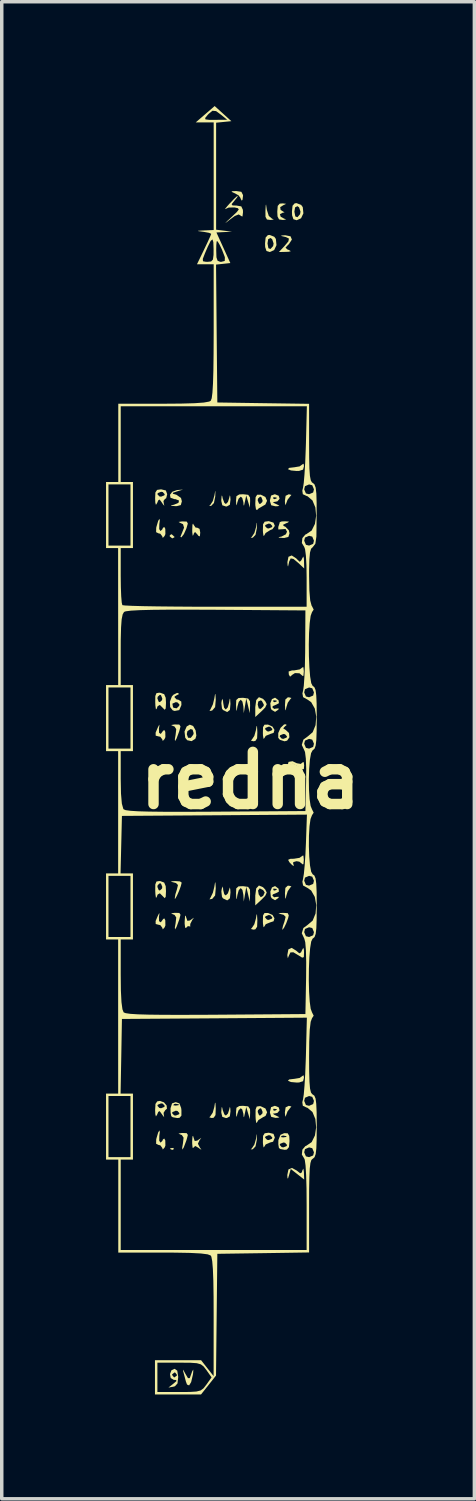
<source format=kicad_pcb>
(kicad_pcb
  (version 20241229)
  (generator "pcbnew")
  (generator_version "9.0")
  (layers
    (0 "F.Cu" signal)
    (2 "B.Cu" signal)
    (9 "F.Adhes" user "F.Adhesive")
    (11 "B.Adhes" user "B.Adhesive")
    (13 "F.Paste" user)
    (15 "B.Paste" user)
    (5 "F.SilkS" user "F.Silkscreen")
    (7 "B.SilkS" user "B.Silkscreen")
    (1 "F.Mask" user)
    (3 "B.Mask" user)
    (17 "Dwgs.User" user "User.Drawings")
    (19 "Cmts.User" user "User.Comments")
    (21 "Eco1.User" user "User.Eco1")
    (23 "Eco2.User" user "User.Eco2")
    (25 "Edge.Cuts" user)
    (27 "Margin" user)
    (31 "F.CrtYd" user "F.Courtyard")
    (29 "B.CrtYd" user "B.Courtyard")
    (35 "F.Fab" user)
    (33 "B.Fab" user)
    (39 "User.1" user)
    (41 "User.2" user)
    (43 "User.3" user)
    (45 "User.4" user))
  (footprint "redna"
    (layer "F.Cu")
    (at 4.151 19.397)
    (property "Reference" "redna" (at 0 0 0) (layer "F.SilkS") (effects (font (size 1.5 1.5) (thickness 0.3))))
    (attr board_only exclude_from_pos_files exclude_from_bom)
    (fp_poly (pts (xy -2.205 10.577) (xy -2.214 10.619) (xy -2.252 10.624) (xy -2.309 10.599) (xy -2.298 10.577) (xy -2.215 10.569)) (stroke (width 0) (type solid)) (fill yes) (layer "F.SilkS"))
    (fp_poly (pts (xy -2.252 -7.071) (xy -2.184 -7.008) (xy -2.181 -6.997) (xy -2.236 -6.966) (xy -2.252 -6.966) (xy -2.319 -7.02) (xy -2.322 -7.04) (xy -2.279 -7.082)) (stroke (width 0) (type solid)) (fill yes) (layer "F.SilkS"))
    (fp_poly (pts (xy -1.006 -8.318) (xy -1.01 -8.178) (xy -1.01 -8.167) (xy -1.048 -7.979) (xy -1.126 -7.898) (xy -1.186 -7.894) (xy -1.15 -7.928) (xy -1.081 -8.035) (xy -1.034 -8.197) (xy -1.012 -8.323)) (stroke (width 0) (type solid)) (fill yes) (layer "F.SilkS"))
    (fp_poly (pts (xy 0.191 -7.404) (xy 0.186 -7.264) (xy 0.186 -7.253) (xy 0.148 -7.065) (xy 0.07 -6.983) (xy 0.01 -6.979) (xy 0.046 -7.013) (xy 0.116 -7.12) (xy 0.162 -7.282) (xy 0.184 -7.409)) (stroke (width 0) (type solid)) (fill yes) (layer "F.SilkS"))
    (fp_poly (pts (xy 0.191 10.186) (xy 0.186 10.327) (xy 0.186 10.338) (xy 0.148 10.525) (xy 0.07 10.607) (xy 0.01 10.611) (xy 0.046 10.577) (xy 0.116 10.47) (xy 0.162 10.308) (xy 0.184 10.181)) (stroke (width 0) (type solid)) (fill yes) (layer "F.SilkS"))
    (fp_poly (pts (xy 1.108 -8.231) (xy 1.181 -8.212) (xy 1.151 -8.178) (xy 1.069 -8.072) (xy 1.037 -7.986) (xy 1.011 -7.915) (xy 0.997 -7.975) (xy 0.993 -8.039) (xy 1.014 -8.187) (xy 1.105 -8.231)) (stroke (width 0) (type solid)) (fill yes) (layer "F.SilkS"))
    (fp_poly (pts (xy 1.108 9.359) (xy 1.181 9.378) (xy 1.151 9.412) (xy 1.069 9.518) (xy 1.037 9.604) (xy 1.011 9.675) (xy 0.997 9.615) (xy 0.993 9.551) (xy 1.014 9.403) (xy 1.105 9.359)) (stroke (width 0) (type solid)) (fill yes) (layer "F.SilkS"))
    (fp_poly (pts (xy 1.181 -2.372) (xy 1.15 -2.338) (xy 1.076 -2.235) (xy 1.037 -2.111) (xy 1.014 -2.013) (xy 1.002 -2.042) (xy 0.995 -2.164) (xy 1.007 -2.328) (xy 1.073 -2.388) (xy 1.108 -2.391)) (stroke (width 0) (type solid)) (fill yes) (layer "F.SilkS"))
    (fp_poly (pts (xy 1.181 3.046) (xy 1.15 3.079) (xy 1.076 3.183) (xy 1.037 3.307) (xy 1.014 3.405) (xy 1.002 3.376) (xy 0.995 3.254) (xy 1.007 3.09) (xy 1.073 3.029) (xy 1.108 3.027)) (stroke (width 0) (type solid)) (fill yes) (layer "F.SilkS"))
    (fp_poly (pts (xy -1.005 9.275) (xy -0.997 9.411) (xy -0.996 9.446) (xy -1.003 9.625) (xy -1.053 9.699) (xy -1.108 9.709) (xy -1.181 9.69) (xy -1.15 9.656) (xy -1.082 9.554) (xy -1.037 9.393) (xy -1.017 9.271)) (stroke (width 0) (type solid)) (fill yes) (layer "F.SilkS"))
    (fp_poly (pts (xy -1.005 -2.482) (xy -0.997 -2.349) (xy -0.996 -2.312) (xy -1.014 -2.109) (xy -1.096 -2.013) (xy -1.101 -2.011) (xy -1.176 -1.996) (xy -1.142 -2.056) (xy -1.078 -2.189) (xy -1.037 -2.357) (xy -1.016 -2.482)) (stroke (width 0) (type solid)) (fill yes) (layer "F.SilkS"))
    (fp_poly (pts (xy -1.005 2.936) (xy -0.997 3.069) (xy -0.996 3.106) (xy -1.014 3.309) (xy -1.096 3.405) (xy -1.101 3.407) (xy -1.176 3.421) (xy -1.142 3.361) (xy -1.078 3.229) (xy -1.037 3.061) (xy -1.016 2.935)) (stroke (width 0) (type solid)) (fill yes) (layer "F.SilkS"))
    (fp_poly (pts (xy 0.191 -1.56) (xy 0.199 -1.424) (xy 0.201 -1.39) (xy 0.194 -1.211) (xy 0.143 -1.136) (xy 0.088 -1.127) (xy 0.015 -1.146) (xy 0.046 -1.18) (xy 0.114 -1.282) (xy 0.159 -1.443) (xy 0.179 -1.564)) (stroke (width 0) (type solid)) (fill yes) (layer "F.SilkS"))
    (fp_poly (pts (xy 0.191 3.857) (xy 0.199 3.993) (xy 0.201 4.028) (xy 0.194 4.207) (xy 0.143 4.282) (xy 0.088 4.291) (xy 0.015 4.272) (xy 0.046 4.238) (xy 0.114 4.136) (xy 0.159 3.975) (xy 0.179 3.854)) (stroke (width 0) (type solid)) (fill yes) (layer "F.SilkS"))
    (fp_poly (pts (xy -0.259 -16.93) (xy -0.212 -16.838) (xy -0.211 -16.816) (xy -0.226 -16.702) (xy -0.246 -16.675) (xy -0.28 -16.73) (xy -0.281 -16.748) (xy -0.339 -16.827) (xy -0.44 -16.884) (xy -0.543 -16.93) (xy -0.52 -16.948) (xy -0.405 -16.952)) (stroke (width 0) (type solid)) (fill yes) (layer "F.SilkS"))
    (fp_poly (pts (xy 0.466 -16.466) (xy 0.473 -16.416) (xy 0.53 -16.237) (xy 0.62 -16.16) (xy 0.675 -16.135) (xy 0.593 -16.121) (xy 0.58 -16.121) (xy 0.477 -16.133) (xy 0.435 -16.21) (xy 0.433 -16.376) (xy 0.442 -16.539) (xy 0.451 -16.567)) (stroke (width 0) (type solid)) (fill yes) (layer "F.SilkS"))
    (fp_poly (pts (xy 1.542 -9.041) (xy 1.516 -8.94) (xy 1.402 -8.903) (xy 1.33 -8.901) (xy 1.168 -8.916) (xy 1.08 -8.953) (xy 1.08 -8.953) (xy 1.116 -8.99) (xy 1.25 -9.006) (xy 1.256 -9.006) (xy 1.417 -9.033) (xy 1.501 -9.094) (xy 1.531 -9.11)) (stroke (width 0) (type solid)) (fill yes) (layer "F.SilkS"))
    (fp_poly (pts (xy 1.542 8.549) (xy 1.516 8.65) (xy 1.402 8.687) (xy 1.33 8.689) (xy 1.168 8.674) (xy 1.08 8.637) (xy 1.08 8.637) (xy 1.116 8.6) (xy 1.25 8.584) (xy 1.256 8.584) (xy 1.417 8.557) (xy 1.501 8.496) (xy 1.531 8.48)) (stroke (width 0) (type solid)) (fill yes) (layer "F.SilkS"))
    (fp_poly (pts (xy -2.043 -1.607) (xy -2.009 -1.554) (xy -2.046 -1.414) (xy -2.055 -1.39) (xy -2.125 -1.201) (xy -2.167 -1.131) (xy -2.172 -1.187) (xy -2.15 -1.313) (xy -2.132 -1.475) (xy -2.181 -1.551) (xy -2.23 -1.569) (xy -2.28 -1.594) (xy -2.189 -1.609) (xy -2.167 -1.61)) (stroke (width 0) (type solid)) (fill yes) (layer "F.SilkS"))
    (fp_poly (pts (xy -2.043 3.811) (xy -2.009 3.863) (xy -2.046 4.004) (xy -2.055 4.028) (xy -2.125 4.217) (xy -2.167 4.286) (xy -2.172 4.231) (xy -2.15 4.104) (xy -2.132 3.942) (xy -2.181 3.867) (xy -2.23 3.849) (xy -2.28 3.823) (xy -2.189 3.809) (xy -2.167 3.808)) (stroke (width 0) (type solid)) (fill yes) (layer "F.SilkS"))
    (fp_poly (pts (xy -1.832 10.144) (xy -1.798 10.196) (xy -1.835 10.336) (xy -1.843 10.361) (xy -1.914 10.55) (xy -1.955 10.619) (xy -1.961 10.563) (xy -1.939 10.437) (xy -1.921 10.275) (xy -1.97 10.199) (xy -2.019 10.181) (xy -2.068 10.156) (xy -1.978 10.141) (xy -1.956 10.14)) (stroke (width 0) (type solid)) (fill yes) (layer "F.SilkS"))
    (fp_poly (pts (xy -1.829 -7.445) (xy -1.799 -7.389) (xy -1.84 -7.247) (xy -1.912 -7.085) (xy -1.984 -6.992) (xy -1.984 -6.992) (xy -2.013 -7.006) (xy -1.977 -7.093) (xy -1.907 -7.27) (xy -1.937 -7.371) (xy -2.023 -7.41) (xy -2.064 -7.435) (xy -1.971 -7.449) (xy -1.956 -7.45)) (stroke (width 0) (type solid)) (fill yes) (layer "F.SilkS"))
    (fp_poly (pts (xy -2.025 2.904) (xy -1.975 2.938) (xy -2.002 3.044) (xy -2.055 3.187) (xy -2.115 3.321) (xy -2.161 3.402) (xy -2.176 3.399) (xy -2.156 3.274) (xy -2.114 3.14) (xy -2.082 3.008) (xy -2.14 2.95) (xy -2.202 2.934) (xy -2.29 2.912) (xy -2.247 2.9) (xy -2.164 2.894)) (stroke (width 0) (type solid)) (fill yes) (layer "F.SilkS"))
    (fp_poly (pts (xy 1.074 3.816) (xy 1.105 3.879) (xy 1.087 3.958) (xy 1.031 4.11) (xy 0.97 4.235) (xy 0.926 4.293) (xy 0.917 4.279) (xy 0.938 4.183) (xy 0.982 4.055) (xy 1.014 3.923) (xy 0.956 3.864) (xy 0.894 3.849) (xy 0.809 3.827) (xy 0.854 3.814) (xy 0.937 3.809)) (stroke (width 0) (type solid)) (fill yes) (layer "F.SilkS"))
    (fp_poly (pts (xy -1.645 17.031) (xy -1.654 17.095) (xy -1.703 17.304) (xy -1.762 17.4) (xy -1.822 17.375) (xy -1.855 17.285) (xy -1.905 17.095) (xy -1.936 16.981) (xy -1.935 16.947) (xy -1.889 17.027) (xy -1.871 17.062) (xy -1.794 17.191) (xy -1.745 17.191) (xy -1.735 17.168) (xy -1.671 16.989) (xy -1.641 16.944)) (stroke (width 0) (type solid)) (fill yes) (layer "F.SilkS"))
    (fp_poly (pts (xy -1.639 -7.365) (xy -1.576 -7.273) (xy -1.524 -7.268) (xy -1.461 -7.235) (xy -1.442 -7.131) (xy -1.452 -7.02) (xy -1.492 -7.034) (xy -1.524 -7.075) (xy -1.592 -7.148) (xy -1.63 -7.094) (xy -1.639 -7.059) (xy -1.659 -7.039) (xy -1.671 -7.137) (xy -1.672 -7.212) (xy -1.666 -7.355) (xy -1.649 -7.39)) (stroke (width 0) (type solid)) (fill yes) (layer "F.SilkS"))
    (fp_poly (pts (xy -0.578 -8.165) (xy -0.572 -8.074) (xy -0.59 -7.929) (xy -0.677 -7.881) (xy -0.704 -7.88) (xy -0.807 -7.914) (xy -0.836 -8.037) (xy -0.835 -8.074) (xy -0.825 -8.195) (xy -0.81 -8.181) (xy -0.795 -8.109) (xy -0.748 -7.985) (xy -0.704 -7.951) (xy -0.645 -8.01) (xy -0.613 -8.109) (xy -0.59 -8.202)) (stroke (width 0) (type solid)) (fill yes) (layer "F.SilkS"))
    (fp_poly (pts (xy -0.578 9.425) (xy -0.572 9.516) (xy -0.59 9.661) (xy -0.677 9.709) (xy -0.704 9.71) (xy -0.807 9.676) (xy -0.836 9.553) (xy -0.835 9.516) (xy -0.825 9.395) (xy -0.81 9.409) (xy -0.795 9.481) (xy -0.748 9.605) (xy -0.704 9.639) (xy -0.645 9.58) (xy -0.613 9.481) (xy -0.59 9.388)) (stroke (width 0) (type solid)) (fill yes) (layer "F.SilkS"))
    (fp_poly (pts (xy 1.335 -0.495) (xy 1.451 -0.475) (xy 1.492 -0.514) (xy 1.534 -0.53) (xy 1.547 -0.436) (xy 1.538 -0.326) (xy 1.483 -0.323) (xy 1.392 -0.383) (xy 1.236 -0.476) (xy 1.151 -0.471) (xy 1.104 -0.369) (xy 1.078 -0.307) (xy 1.065 -0.379) (xy 1.064 -0.405) (xy 1.098 -0.534) (xy 1.212 -0.553)) (stroke (width 0) (type solid)) (fill yes) (layer "F.SilkS"))
    (fp_poly (pts (xy 1.335 11.221) (xy 1.434 11.299) (xy 1.479 11.274) (xy 1.498 11.21) (xy 1.524 11.164) (xy 1.539 11.255) (xy 1.54 11.28) (xy 1.548 11.479) (xy 1.355 11.327) (xy 1.162 11.175) (xy 1.116 11.34) (xy 1.081 11.453) (xy 1.067 11.433) (xy 1.062 11.35) (xy 1.095 11.189) (xy 1.197 11.145)) (stroke (width 0) (type solid)) (fill yes) (layer "F.SilkS"))
    (fp_poly (pts (xy -0.784 3.111) (xy -0.782 3.149) (xy -0.751 3.272) (xy -0.708 3.307) (xy -0.646 3.247) (xy -0.613 3.149) (xy -0.591 3.076) (xy -0.577 3.138) (xy -0.572 3.219) (xy -0.588 3.389) (xy -0.661 3.447) (xy -0.671 3.448) (xy -0.789 3.391) (xy -0.817 3.346) (xy -0.834 3.192) (xy -0.823 3.118) (xy -0.798 3.048)) (stroke (width 0) (type solid)) (fill yes) (layer "F.SilkS"))
    (fp_poly (pts (xy -0.582 -2.342) (xy -0.573 -2.199) (xy -0.588 -2.029) (xy -0.66 -1.971) (xy -0.671 -1.97) (xy -0.789 -2.027) (xy -0.817 -2.072) (xy -0.834 -2.226) (xy -0.823 -2.3) (xy -0.798 -2.348) (xy -0.783 -2.256) (xy -0.782 -2.234) (xy -0.756 -2.093) (xy -0.708 -2.04) (xy -0.651 -2.101) (xy -0.613 -2.234) (xy -0.593 -2.352)) (stroke (width 0) (type solid)) (fill yes) (layer "F.SilkS"))
    (fp_poly (pts (xy 1.537 -3.148) (xy 1.537 -3.131) (xy 1.527 -3.011) (xy 1.504 -3.001) (xy 1.501 -3.008) (xy 1.412 -3.082) (xy 1.282 -3.088) (xy 1.186 -3.026) (xy 1.18 -3.011) (xy 1.14 -2.986) (xy 1.106 -3.047) (xy 1.1 -3.133) (xy 1.195 -3.164) (xy 1.263 -3.166) (xy 1.421 -3.194) (xy 1.501 -3.254) (xy 1.525 -3.257)) (stroke (width 0) (type solid)) (fill yes) (layer "F.SilkS"))
    (fp_poly (pts (xy -2.617 -1.568) (xy -2.63 -1.495) (xy -2.626 -1.371) (xy -2.577 -1.337) (xy -2.519 -1.416) (xy -2.517 -1.421) (xy -2.478 -1.453) (xy -2.447 -1.397) (xy -2.444 -1.246) (xy -2.468 -1.19) (xy -2.52 -1.135) (xy -2.532 -1.179) (xy -2.59 -1.256) (xy -2.639 -1.266) (xy -2.723 -1.288) (xy -2.725 -1.374) (xy -2.667 -1.513) (xy -2.62 -1.605)) (stroke (width 0) (type solid)) (fill yes) (layer "F.SilkS"))
    (fp_poly (pts (xy -2.617 3.849) (xy -2.63 3.923) (xy -2.626 4.047) (xy -2.577 4.081) (xy -2.519 4.002) (xy -2.517 3.996) (xy -2.478 3.965) (xy -2.447 4.02) (xy -2.444 4.172) (xy -2.468 4.228) (xy -2.52 4.283) (xy -2.532 4.239) (xy -2.59 4.161) (xy -2.639 4.151) (xy -2.723 4.129) (xy -2.725 4.044) (xy -2.667 3.905) (xy -2.62 3.812)) (stroke (width 0) (type solid)) (fill yes) (layer "F.SilkS"))
    (fp_poly (pts (xy -1.85 3.927) (xy -1.812 4.038) (xy -1.74 4.028) (xy -1.701 4) (xy -1.624 3.947) (xy -1.647 3.983) (xy -1.666 4.005) (xy -1.728 4.126) (xy -1.73 4.177) (xy -1.732 4.214) (xy -1.744 4.196) (xy -1.8 4.19) (xy -1.837 4.231) (xy -1.875 4.242) (xy -1.89 4.119) (xy -1.889 4.046) (xy -1.878 3.903) (xy -1.86 3.886)) (stroke (width 0) (type solid)) (fill yes) (layer "F.SilkS"))
    (fp_poly (pts (xy 1.537 2.27) (xy 1.537 2.287) (xy 1.527 2.406) (xy 1.504 2.416) (xy 1.501 2.41) (xy 1.41 2.337) (xy 1.327 2.322) (xy 1.233 2.35) (xy 1.231 2.392) (xy 1.255 2.459) (xy 1.205 2.438) (xy 1.126 2.357) (xy 1.085 2.284) (xy 1.147 2.255) (xy 1.252 2.252) (xy 1.414 2.226) (xy 1.501 2.164) (xy 1.525 2.16)) (stroke (width 0) (type solid)) (fill yes) (layer "F.SilkS"))
    (fp_poly (pts (xy 1.54 4.869) (xy 1.543 4.947) (xy 1.538 5.082) (xy 1.49 5.097) (xy 1.392 5.035) (xy 1.236 4.942) (xy 1.151 4.947) (xy 1.104 5.048) (xy 1.078 5.114) (xy 1.065 5.045) (xy 1.064 5.017) (xy 1.093 4.859) (xy 1.188 4.816) (xy 1.316 4.894) (xy 1.409 4.973) (xy 1.459 4.943) (xy 1.486 4.881) (xy 1.523 4.813)) (stroke (width 0) (type solid)) (fill yes) (layer "F.SilkS"))
    (fp_poly (pts (xy -2.605 -7.475) (xy -2.619 -7.37) (xy -2.622 -7.23) (xy -2.585 -7.173) (xy -2.532 -7.222) (xy -2.517 -7.261) (xy -2.478 -7.292) (xy -2.447 -7.237) (xy -2.444 -7.086) (xy -2.468 -7.03) (xy -2.52 -6.975) (xy -2.532 -7.018) (xy -2.59 -7.096) (xy -2.64 -7.106) (xy -2.711 -7.141) (xy -2.708 -7.266) (xy -2.7 -7.3) (xy -2.652 -7.464) (xy -2.615 -7.526)) (stroke (width 0) (type solid)) (fill yes) (layer "F.SilkS"))
    (fp_poly (pts (xy -2.605 10.115) (xy -2.619 10.22) (xy -2.622 10.36) (xy -2.585 10.417) (xy -2.532 10.368) (xy -2.517 10.329) (xy -2.478 10.298) (xy -2.447 10.353) (xy -2.444 10.504) (xy -2.468 10.56) (xy -2.52 10.615) (xy -2.532 10.572) (xy -2.59 10.494) (xy -2.64 10.484) (xy -2.711 10.449) (xy -2.708 10.324) (xy -2.7 10.29) (xy -2.652 10.126) (xy -2.615 10.064)) (stroke (width 0) (type solid)) (fill yes) (layer "F.SilkS"))
    (fp_poly (pts (xy 0.363 3.07) (xy 0.426 3.135) (xy 0.471 3.225) (xy 0.427 3.319) (xy 0.329 3.42) (xy 0.141 3.594) (xy 0.141 3.31) (xy 0.16 3.166) (xy 0.221 3.166) (xy 0.24 3.28) (xy 0.298 3.358) (xy 0.368 3.319) (xy 0.413 3.223) (xy 0.367 3.153) (xy 0.269 3.104) (xy 0.221 3.166) (xy 0.16 3.166) (xy 0.169 3.104) (xy 0.246 3.022)) (stroke (width 0) (type solid)) (fill yes) (layer "F.SilkS"))
    (fp_poly (pts (xy 1.156 -15.65) (xy 1.194 -15.556) (xy 1.108 -15.425) (xy 1.084 -15.403) (xy 1.011 -15.325) (xy 1.059 -15.276) (xy 1.101 -15.259) (xy 1.165 -15.223) (xy 1.102 -15.206) (xy 1.026 -15.203) (xy 0.82 -15.198) (xy 0.973 -15.361) (xy 1.094 -15.505) (xy 1.109 -15.586) (xy 1.016 -15.63) (xy 0.967 -15.641) (xy 0.875 -15.663) (xy 0.912 -15.675) (xy 1.003 -15.681)) (stroke (width 0) (type solid)) (fill yes) (layer "F.SilkS"))
    (fp_poly (pts (xy 1.321 -6.385) (xy 1.343 -6.361) (xy 1.421 -6.288) (xy 1.469 -6.336) (xy 1.487 -6.378) (xy 1.523 -6.442) (xy 1.54 -6.379) (xy 1.543 -6.303) (xy 1.548 -6.097) (xy 1.385 -6.25) (xy 1.24 -6.371) (xy 1.16 -6.386) (xy 1.115 -6.293) (xy 1.105 -6.244) (xy 1.083 -6.152) (xy 1.071 -6.189) (xy 1.065 -6.28) (xy 1.096 -6.433) (xy 1.19 -6.471)) (stroke (width 0) (type solid)) (fill yes) (layer "F.SilkS"))
    (fp_poly (pts (xy -1.638 10.259) (xy -1.601 10.37) (xy -1.529 10.36) (xy -1.49 10.333) (xy -1.412 10.279) (xy -1.436 10.316) (xy -1.458 10.341) (xy -1.509 10.448) (xy -1.458 10.549) (xy -1.407 10.622) (xy -1.452 10.597) (xy -1.488 10.569) (xy -1.587 10.513) (xy -1.638 10.562) (xy -1.641 10.569) (xy -1.662 10.565) (xy -1.673 10.45) (xy -1.674 10.378) (xy -1.665 10.241) (xy -1.648 10.222)) (stroke (width 0) (type solid)) (fill yes) (layer "F.SilkS"))
    (fp_poly (pts (xy -0.064 -2.356) (xy -0.011 -2.276) (xy -0.008 -2.153) (xy -0.017 -1.935) (xy -0.067 -2.146) (xy -0.118 -2.357) (xy -0.154 -2.146) (xy -0.19 -1.935) (xy -0.201 -2.128) (xy -0.229 -2.269) (xy -0.277 -2.322) (xy -0.334 -2.261) (xy -0.372 -2.128) (xy -0.392 -2.007) (xy -0.403 -2.015) (xy -0.412 -2.158) (xy -0.412 -2.159) (xy -0.406 -2.313) (xy -0.34 -2.371) (xy -0.211 -2.377)) (stroke (width 0) (type solid)) (fill yes) (layer "F.SilkS"))
    (fp_poly (pts (xy -0.064 3.061) (xy -0.011 3.141) (xy -0.008 3.265) (xy -0.017 3.483) (xy -0.067 3.272) (xy -0.118 3.061) (xy -0.154 3.272) (xy -0.19 3.483) (xy -0.201 3.289) (xy -0.229 3.149) (xy -0.277 3.096) (xy -0.334 3.157) (xy -0.372 3.289) (xy -0.392 3.41) (xy -0.403 3.402) (xy -0.412 3.259) (xy -0.412 3.259) (xy -0.406 3.104) (xy -0.34 3.046) (xy -0.211 3.041)) (stroke (width 0) (type solid)) (fill yes) (layer "F.SilkS"))
    (fp_poly (pts (xy -0.062 -8.215) (xy -0.01 -8.137) (xy -0.007 -8.039) (xy -0.014 -7.845) (xy -0.067 -8.021) (xy -0.119 -8.197) (xy -0.156 -8.021) (xy -0.183 -7.904) (xy -0.195 -7.921) (xy -0.201 -8.003) (xy -0.234 -8.127) (xy -0.277 -8.162) (xy -0.339 -8.102) (xy -0.373 -8.003) (xy -0.395 -7.911) (xy -0.407 -7.948) (xy -0.413 -8.039) (xy -0.401 -8.176) (xy -0.319 -8.226) (xy -0.211 -8.232)) (stroke (width 0) (type solid)) (fill yes) (layer "F.SilkS"))
    (fp_poly (pts (xy -0.062 9.375) (xy -0.01 9.453) (xy -0.007 9.551) (xy -0.014 9.745) (xy -0.067 9.569) (xy -0.119 9.393) (xy -0.156 9.569) (xy -0.183 9.686) (xy -0.195 9.669) (xy -0.201 9.587) (xy -0.234 9.463) (xy -0.277 9.428) (xy -0.339 9.488) (xy -0.373 9.587) (xy -0.395 9.679) (xy -0.407 9.642) (xy -0.413 9.551) (xy -0.401 9.414) (xy -0.319 9.364) (xy -0.211 9.358)) (stroke (width 0) (type solid)) (fill yes) (layer "F.SilkS"))
    (fp_poly (pts (xy 0.363 -2.347) (xy 0.426 -2.282) (xy 0.471 -2.193) (xy 0.427 -2.098) (xy 0.329 -1.998) (xy 0.141 -1.824) (xy 0.141 -2.108) (xy 0.151 -2.181) (xy 0.211 -2.181) (xy 0.243 -2.07) (xy 0.299 -2.058) (xy 0.381 -2.144) (xy 0.387 -2.181) (xy 0.331 -2.287) (xy 0.299 -2.304) (xy 0.228 -2.272) (xy 0.211 -2.181) (xy 0.151 -2.181) (xy 0.169 -2.313) (xy 0.246 -2.395)) (stroke (width 0) (type solid)) (fill yes) (layer "F.SilkS"))
    (fp_poly (pts (xy 1.027 -16.585) (xy 0.987 -16.562) (xy 0.967 -16.556) (xy 0.858 -16.491) (xy 0.87 -16.409) (xy 0.932 -16.37) (xy 0.984 -16.338) (xy 0.932 -16.329) (xy 0.85 -16.287) (xy 0.872 -16.213) (xy 0.967 -16.161) (xy 1.03 -16.136) (xy 0.958 -16.122) (xy 0.932 -16.121) (xy 0.825 -16.136) (xy 0.781 -16.222) (xy 0.774 -16.359) (xy 0.787 -16.525) (xy 0.844 -16.59) (xy 0.932 -16.597)) (stroke (width 0) (type solid)) (fill yes) (layer "F.SilkS"))
    (fp_poly (pts (xy -1.645 -1.564) (xy -1.574 -1.44) (xy -1.554 -1.289) (xy -1.581 -1.2) (xy -1.69 -1.13) (xy -1.816 -1.157) (xy -1.873 -1.227) (xy -1.885 -1.331) (xy -1.829 -1.331) (xy -1.792 -1.228) (xy -1.714 -1.225) (xy -1.643 -1.316) (xy -1.631 -1.36) (xy -1.661 -1.461) (xy -1.719 -1.478) (xy -1.81 -1.418) (xy -1.829 -1.331) (xy -1.885 -1.331) (xy -1.894 -1.409) (xy -1.831 -1.553) (xy -1.743 -1.605)) (stroke (width 0) (type solid)) (fill yes) (layer "F.SilkS"))
    (fp_poly (pts (xy 0.688 -15.637) (xy 0.733 -15.575) (xy 0.751 -15.396) (xy 0.684 -15.254) (xy 0.558 -15.198) (xy 0.464 -15.227) (xy 0.426 -15.34) (xy 0.422 -15.444) (xy 0.493 -15.444) (xy 0.519 -15.307) (xy 0.58 -15.286) (xy 0.655 -15.371) (xy 0.668 -15.444) (xy 0.627 -15.567) (xy 0.58 -15.602) (xy 0.512 -15.568) (xy 0.493 -15.444) (xy 0.422 -15.444) (xy 0.439 -15.615) (xy 0.502 -15.684) (xy 0.555 -15.69)) (stroke (width 0) (type solid)) (fill yes) (layer "F.SilkS"))
    (fp_poly (pts (xy 1.462 -16.551) (xy 1.507 -16.49) (xy 1.525 -16.311) (xy 1.458 -16.169) (xy 1.332 -16.112) (xy 1.238 -16.142) (xy 1.2 -16.255) (xy 1.196 -16.359) (xy 1.266 -16.359) (xy 1.293 -16.222) (xy 1.354 -16.2) (xy 1.429 -16.286) (xy 1.442 -16.359) (xy 1.401 -16.482) (xy 1.354 -16.517) (xy 1.286 -16.482) (xy 1.266 -16.359) (xy 1.196 -16.359) (xy 1.213 -16.53) (xy 1.275 -16.598) (xy 1.329 -16.605)) (stroke (width 0) (type solid)) (fill yes) (layer "F.SilkS"))
    (fp_poly (pts (xy -2.111 -8.313) (xy -2.233 -8.272) (xy -2.225 -8.245) (xy -2.128 -8.217) (xy -1.995 -8.125) (xy -1.97 -8.028) (xy -2.001 -7.92) (xy -2.119 -7.889) (xy -2.164 -7.89) (xy -2.284 -7.9) (xy -2.271 -7.915) (xy -2.199 -7.93) (xy -2.068 -7.984) (xy -2.052 -8.051) (xy -2.153 -8.09) (xy -2.186 -8.091) (xy -2.297 -8.13) (xy -2.312 -8.215) (xy -2.246 -8.303) (xy -2.111 -8.352) (xy -2.11 -8.352) (xy -1.935 -8.366)) (stroke (width 0) (type solid)) (fill yes) (layer "F.SilkS"))
    (fp_poly (pts (xy 0.665 -7.415) (xy 0.704 -7.321) (xy 0.636 -7.227) (xy 0.567 -7.198) (xy 0.438 -7.116) (xy 0.399 -7.046) (xy 0.378 -7.032) (xy 0.363 -7.134) (xy 0.36 -7.194) (xy 0.364 -7.317) (xy 0.422 -7.317) (xy 0.479 -7.255) (xy 0.528 -7.247) (xy 0.621 -7.285) (xy 0.633 -7.317) (xy 0.576 -7.38) (xy 0.528 -7.388) (xy 0.434 -7.35) (xy 0.422 -7.317) (xy 0.364 -7.317) (xy 0.365 -7.368) (xy 0.412 -7.442) (xy 0.528 -7.458)) (stroke (width 0) (type solid)) (fill yes) (layer "F.SilkS"))
    (fp_poly (pts (xy 0.666 10.165) (xy 0.704 10.273) (xy 0.653 10.391) (xy 0.568 10.413) (xy 0.441 10.469) (xy 0.4 10.536) (xy 0.379 10.556) (xy 0.363 10.457) (xy 0.36 10.396) (xy 0.364 10.273) (xy 0.422 10.273) (xy 0.479 10.335) (xy 0.528 10.343) (xy 0.621 10.305) (xy 0.633 10.273) (xy 0.576 10.21) (xy 0.528 10.202) (xy 0.434 10.24) (xy 0.422 10.273) (xy 0.364 10.273) (xy 0.365 10.222) (xy 0.412 10.148) (xy 0.528 10.132)) (stroke (width 0) (type solid)) (fill yes) (layer "F.SilkS"))
    (fp_poly (pts (xy 0.298 -8.219) (xy 0.431 -8.154) (xy 0.48 -8.042) (xy 0.431 -7.935) (xy 0.375 -7.903) (xy 0.24 -7.826) (xy 0.195 -7.78) (xy 0.162 -7.792) (xy 0.143 -7.913) (xy 0.142 -7.973) (xy 0.146 -8.056) (xy 0.211 -8.056) (xy 0.249 -7.963) (xy 0.281 -7.951) (xy 0.344 -8.008) (xy 0.352 -8.056) (xy 0.314 -8.15) (xy 0.281 -8.162) (xy 0.219 -8.105) (xy 0.211 -8.056) (xy 0.146 -8.056) (xy 0.151 -8.147) (xy 0.195 -8.217) (xy 0.298 -8.219)) (stroke (width 0) (type solid)) (fill yes) (layer "F.SilkS"))
    (fp_poly (pts (xy 0.298 9.371) (xy 0.433 9.435) (xy 0.482 9.544) (xy 0.437 9.648) (xy 0.362 9.687) (xy 0.231 9.768) (xy 0.188 9.84) (xy 0.168 9.85) (xy 0.153 9.744) (xy 0.149 9.652) (xy 0.15 9.534) (xy 0.211 9.534) (xy 0.249 9.627) (xy 0.281 9.639) (xy 0.344 9.582) (xy 0.352 9.534) (xy 0.314 9.44) (xy 0.281 9.428) (xy 0.219 9.485) (xy 0.211 9.534) (xy 0.15 9.534) (xy 0.151 9.463) (xy 0.183 9.38) (xy 0.265 9.367)) (stroke (width 0) (type solid)) (fill yes) (layer "F.SilkS"))
    (fp_poly (pts (xy 0.509 -1.606) (xy 0.637 -1.548) (xy 0.693 -1.453) (xy 0.668 -1.368) (xy 0.573 -1.337) (xy 0.443 -1.283) (xy 0.4 -1.214) (xy 0.379 -1.195) (xy 0.363 -1.295) (xy 0.36 -1.359) (xy 0.363 -1.478) (xy 0.422 -1.478) (xy 0.479 -1.415) (xy 0.528 -1.407) (xy 0.621 -1.445) (xy 0.633 -1.478) (xy 0.576 -1.54) (xy 0.528 -1.548) (xy 0.434 -1.51) (xy 0.422 -1.478) (xy 0.363 -1.478) (xy 0.364 -1.533) (xy 0.405 -1.603) (xy 0.506 -1.606)) (stroke (width 0) (type solid)) (fill yes) (layer "F.SilkS"))
    (fp_poly (pts (xy 0.509 3.812) (xy 0.637 3.869) (xy 0.693 3.964) (xy 0.668 4.05) (xy 0.573 4.081) (xy 0.443 4.134) (xy 0.4 4.204) (xy 0.379 4.223) (xy 0.363 4.123) (xy 0.36 4.058) (xy 0.363 3.94) (xy 0.422 3.94) (xy 0.479 4.003) (xy 0.528 4.011) (xy 0.621 3.973) (xy 0.633 3.94) (xy 0.576 3.878) (xy 0.528 3.87) (xy 0.434 3.908) (xy 0.422 3.94) (xy 0.363 3.94) (xy 0.364 3.884) (xy 0.405 3.814) (xy 0.506 3.812)) (stroke (width 0) (type solid)) (fill yes) (layer "F.SilkS"))
    (fp_poly (pts (xy 0.814 -8.189) (xy 0.841 -8.101) (xy 0.778 -8.028) (xy 0.721 -8.016) (xy 0.646 -8.005) (xy 0.697 -7.969) (xy 0.739 -7.951) (xy 0.834 -7.904) (xy 0.797 -7.889) (xy 0.721 -7.885) (xy 0.6 -7.914) (xy 0.563 -8.034) (xy 0.563 -8.056) (xy 0.583 -8.138) (xy 0.657 -8.138) (xy 0.666 -8.096) (xy 0.704 -8.091) (xy 0.762 -8.117) (xy 0.751 -8.138) (xy 0.667 -8.147) (xy 0.657 -8.138) (xy 0.583 -8.138) (xy 0.596 -8.194) (xy 0.704 -8.232)) (stroke (width 0) (type solid)) (fill yes) (layer "F.SilkS"))
    (fp_poly (pts (xy 0.814 9.401) (xy 0.841 9.489) (xy 0.778 9.562) (xy 0.721 9.574) (xy 0.646 9.585) (xy 0.697 9.621) (xy 0.739 9.639) (xy 0.834 9.686) (xy 0.797 9.701) (xy 0.721 9.705) (xy 0.6 9.676) (xy 0.563 9.556) (xy 0.563 9.534) (xy 0.583 9.452) (xy 0.657 9.452) (xy 0.666 9.494) (xy 0.704 9.499) (xy 0.762 9.473) (xy 0.751 9.452) (xy 0.667 9.443) (xy 0.657 9.452) (xy 0.583 9.452) (xy 0.596 9.396) (xy 0.704 9.358)) (stroke (width 0) (type solid)) (fill yes) (layer "F.SilkS"))
    (fp_poly (pts (xy 0.717 -2.376) (xy 0.81 -2.306) (xy 0.822 -2.222) (xy 0.745 -2.181) (xy 0.647 -2.141) (xy 0.633 -2.103) (xy 0.685 -2.057) (xy 0.742 -2.067) (xy 0.815 -2.072) (xy 0.809 -2.04) (xy 0.711 -1.973) (xy 0.613 -2.029) (xy 0.588 -2.076) (xy 0.574 -2.22) (xy 0.605 -2.298) (xy 0.657 -2.298) (xy 0.666 -2.257) (xy 0.704 -2.252) (xy 0.762 -2.277) (xy 0.751 -2.298) (xy 0.667 -2.307) (xy 0.657 -2.298) (xy 0.605 -2.298) (xy 0.621 -2.34) (xy 0.707 -2.379)) (stroke (width 0) (type solid)) (fill yes) (layer "F.SilkS"))
    (fp_poly (pts (xy 0.717 3.042) (xy 0.81 3.112) (xy 0.822 3.196) (xy 0.745 3.237) (xy 0.647 3.277) (xy 0.633 3.314) (xy 0.685 3.361) (xy 0.742 3.35) (xy 0.815 3.346) (xy 0.809 3.378) (xy 0.711 3.445) (xy 0.613 3.389) (xy 0.588 3.342) (xy 0.574 3.197) (xy 0.605 3.119) (xy 0.657 3.119) (xy 0.666 3.161) (xy 0.704 3.166) (xy 0.762 3.14) (xy 0.751 3.119) (xy 0.667 3.111) (xy 0.657 3.119) (xy 0.605 3.119) (xy 0.621 3.078) (xy 0.707 3.039)) (stroke (width 0) (type solid)) (fill yes) (layer "F.SilkS"))
    (fp_poly (pts (xy 1.047 -1.597) (xy 0.997 -1.557) (xy 0.944 -1.499) (xy 1.014 -1.454) (xy 1.111 -1.364) (xy 1.123 -1.241) (xy 1.057 -1.145) (xy 0.983 -1.126) (xy 0.849 -1.169) (xy 0.802 -1.226) (xy 0.802 -1.266) (xy 0.844 -1.266) (xy 0.901 -1.204) (xy 0.95 -1.196) (xy 1.043 -1.234) (xy 1.055 -1.266) (xy 0.998 -1.329) (xy 0.95 -1.337) (xy 0.856 -1.299) (xy 0.844 -1.266) (xy 0.802 -1.266) (xy 0.802 -1.364) (xy 0.868 -1.512) (xy 0.966 -1.608) (xy 1.005 -1.617)) (stroke (width 0) (type solid)) (fill yes) (layer "F.SilkS"))
    (fp_poly (pts (xy 1.11 -7.445) (xy 1.082 -7.418) (xy 1.025 -7.395) (xy 0.934 -7.349) (xy 0.971 -7.312) (xy 1.008 -7.297) (xy 1.105 -7.197) (xy 1.126 -7.109) (xy 1.093 -7.003) (xy 0.972 -6.974) (xy 0.932 -6.975) (xy 0.811 -6.985) (xy 0.825 -7) (xy 0.897 -7.015) (xy 1.021 -7.08) (xy 1.055 -7.155) (xy 1.011 -7.232) (xy 0.909 -7.225) (xy 0.804 -7.218) (xy 0.803 -7.291) (xy 0.804 -7.293) (xy 0.84 -7.403) (xy 0.844 -7.429) (xy 0.904 -7.45) (xy 1.003 -7.453)) (stroke (width 0) (type solid)) (fill yes) (layer "F.SilkS"))
    (fp_poly (pts (xy -2.103 16.975) (xy -2.076 17.146) (xy -2.076 17.167) (xy -2.096 17.344) (xy -2.17 17.424) (xy -2.216 17.437) (xy -2.357 17.462) (xy -2.216 17.352) (xy -2.123 17.272) (xy -2.14 17.244) (xy -2.204 17.24) (xy -2.291 17.188) (xy -2.308 17.098) (xy -2.252 17.098) (xy -2.198 17.166) (xy -2.181 17.168) (xy -2.113 17.114) (xy -2.111 17.098) (xy -2.164 17.029) (xy -2.181 17.027) (xy -2.249 17.081) (xy -2.252 17.098) (xy -2.308 17.098) (xy -2.312 17.076) (xy -2.271 16.966) (xy -2.181 16.922)) (stroke (width 0) (type solid)) (fill yes) (layer "F.SilkS"))
    (fp_poly (pts (xy -2.586 -2.52) (xy -2.479 -2.481) (xy -2.435 -2.377) (xy -2.427 -2.233) (xy -2.435 -2.071) (xy -2.464 -2.032) (xy -2.506 -2.074) (xy -2.603 -2.172) (xy -2.668 -2.135) (xy -2.696 -2.058) (xy -2.716 -2.044) (xy -2.731 -2.147) (xy -2.736 -2.239) (xy -2.735 -2.357) (xy -2.674 -2.357) (xy -2.636 -2.263) (xy -2.603 -2.252) (xy -2.541 -2.309) (xy -2.533 -2.357) (xy -2.571 -2.451) (xy -2.603 -2.463) (xy -2.666 -2.406) (xy -2.674 -2.357) (xy -2.735 -2.357) (xy -2.734 -2.428) (xy -2.701 -2.511) (xy -2.62 -2.524)) (stroke (width 0) (type solid)) (fill yes) (layer "F.SilkS"))
    (fp_poly (pts (xy -2.586 2.897) (xy -2.479 2.937) (xy -2.435 3.041) (xy -2.427 3.185) (xy -2.435 3.347) (xy -2.464 3.386) (xy -2.506 3.343) (xy -2.603 3.246) (xy -2.668 3.282) (xy -2.696 3.36) (xy -2.716 3.374) (xy -2.731 3.271) (xy -2.736 3.179) (xy -2.735 3.061) (xy -2.674 3.061) (xy -2.636 3.154) (xy -2.603 3.166) (xy -2.541 3.109) (xy -2.533 3.061) (xy -2.571 2.967) (xy -2.603 2.955) (xy -2.666 3.012) (xy -2.674 3.061) (xy -2.735 3.061) (xy -2.734 2.99) (xy -2.701 2.907) (xy -2.62 2.893)) (stroke (width 0) (type solid)) (fill yes) (layer "F.SilkS"))
    (fp_poly (pts (xy -2.062 -2.508) (xy -2.071 -2.466) (xy -2.099 -2.463) (xy -2.177 -2.415) (xy -2.181 -2.392) (xy -2.124 -2.331) (xy -2.071 -2.322) (xy -1.987 -2.269) (xy -1.983 -2.169) (xy -2.046 -2.023) (xy -2.178 -1.999) (xy -2.234 -2.017) (xy -2.307 -2.111) (xy -2.312 -2.208) (xy -2.243 -2.208) (xy -2.226 -2.111) (xy -2.207 -2.089) (xy -2.119 -2.075) (xy -2.048 -2.146) (xy -2.04 -2.185) (xy -2.097 -2.244) (xy -2.146 -2.252) (xy -2.243 -2.208) (xy -2.312 -2.208) (xy -2.314 -2.264) (xy -2.258 -2.415) (xy -2.215 -2.464) (xy -2.108 -2.518)) (stroke (width 0) (type solid)) (fill yes) (layer "F.SilkS"))
    (fp_poly (pts (xy -2.485 9.259) (xy -2.408 9.35) (xy -2.4 9.443) (xy -2.446 9.481) (xy -2.496 9.559) (xy -2.489 9.626) (xy -2.479 9.686) (xy -2.529 9.623) (xy -2.539 9.607) (xy -2.609 9.511) (xy -2.649 9.533) (xy -2.68 9.607) (xy -2.716 9.665) (xy -2.734 9.599) (xy -2.739 9.481) (xy -2.732 9.358) (xy -2.674 9.358) (xy -2.617 9.42) (xy -2.568 9.428) (xy -2.475 9.39) (xy -2.463 9.358) (xy -2.52 9.295) (xy -2.568 9.288) (xy -2.662 9.326) (xy -2.674 9.358) (xy -2.732 9.358) (xy -2.73 9.305) (xy -2.679 9.23) (xy -2.601 9.217)) (stroke (width 0) (type solid)) (fill yes) (layer "F.SilkS"))
    (fp_poly (pts (xy -2.43 -8.34) (xy -2.392 -8.232) (xy -2.421 -8.118) (xy -2.46 -8.091) (xy -2.5 -8.037) (xy -2.49 -7.968) (xy -2.475 -7.899) (xy -2.517 -7.948) (xy -2.539 -7.983) (xy -2.609 -8.079) (xy -2.649 -8.057) (xy -2.68 -7.983) (xy -2.716 -7.925) (xy -2.734 -7.991) (xy -2.739 -8.109) (xy -2.734 -8.232) (xy -2.674 -8.232) (xy -2.617 -8.17) (xy -2.568 -8.162) (xy -2.475 -8.2) (xy -2.463 -8.232) (xy -2.52 -8.295) (xy -2.568 -8.302) (xy -2.662 -8.265) (xy -2.674 -8.232) (xy -2.734 -8.232) (xy -2.732 -8.283) (xy -2.683 -8.357) (xy -2.568 -8.373)) (stroke (width 0) (type solid)) (fill yes) (layer "F.SilkS"))
    (fp_poly (pts (xy -0.379 -16.772) (xy -0.457 -16.675) (xy -0.54 -16.573) (xy -0.511 -16.538) (xy -0.398 -16.535) (xy -0.261 -16.511) (xy -0.215 -16.412) (xy -0.212 -16.341) (xy -0.227 -16.22) (xy -0.269 -16.235) (xy -0.272 -16.24) (xy -0.336 -16.28) (xy -0.447 -16.235) (xy -0.57 -16.145) (xy -0.695 -16.049) (xy -0.722 -16.034) (xy -0.648 -16.106) (xy -0.543 -16.203) (xy -0.391 -16.347) (xy -0.333 -16.423) (xy -0.36 -16.459) (xy -0.452 -16.48) (xy -0.621 -16.478) (xy -0.717 -16.436) (xy -0.731 -16.434) (xy -0.665 -16.516) (xy -0.602 -16.587) (xy -0.47 -16.726) (xy -0.38 -16.807) (xy -0.363 -16.816)) (stroke (width 0) (type solid)) (fill yes) (layer "F.SilkS"))
    (fp_poly (pts (xy -2.041 9.289) (xy -1.991 9.422) (xy -1.983 9.481) (xy -1.983 9.64) (xy -2.038 9.703) (xy -2.102 9.71) (xy -2.233 9.687) (xy -2.275 9.657) (xy -2.292 9.569) (xy -2.252 9.569) (xy -2.195 9.631) (xy -2.146 9.639) (xy -2.052 9.601) (xy -2.04 9.569) (xy -2.097 9.507) (xy -2.146 9.499) (xy -2.24 9.537) (xy -2.252 9.569) (xy -2.292 9.569) (xy -2.295 9.552) (xy -2.296 9.428) (xy -2.269 9.341) (xy -2.221 9.341) (xy -2.152 9.352) (xy -2.061 9.339) (xy -2.059 9.315) (xy -2.154 9.299) (xy -2.194 9.31) (xy -2.221 9.341) (xy -2.269 9.341) (xy -2.252 9.288) (xy -2.146 9.252)) (stroke (width 0) (type solid)) (fill yes) (layer "F.SilkS"))
    (fp_poly (pts (xy 1.075 10.149) (xy 1.118 10.226) (xy 1.126 10.373) (xy 1.11 10.546) (xy 1.05 10.616) (xy 0.989 10.624) (xy 0.861 10.601) (xy 0.822 10.572) (xy 0.807 10.484) (xy 0.844 10.484) (xy 0.901 10.546) (xy 0.95 10.554) (xy 1.043 10.516) (xy 1.055 10.484) (xy 0.998 10.421) (xy 0.95 10.413) (xy 0.856 10.451) (xy 0.844 10.484) (xy 0.807 10.484) (xy 0.804 10.467) (xy 0.806 10.343) (xy 0.84 10.256) (xy 0.875 10.256) (xy 0.944 10.267) (xy 1.035 10.254) (xy 1.036 10.23) (xy 0.942 10.213) (xy 0.901 10.225) (xy 0.875 10.256) (xy 0.84 10.256) (xy 0.866 10.192) (xy 0.973 10.145)) (stroke (width 0) (type solid)) (fill yes) (layer "F.SilkS"))
    (fp_poly (pts (xy -0.787 -19.18) (xy -0.547 -18.962) (xy -0.766 -18.94) (xy -0.985 -18.918) (xy -0.985 -17.379) (xy -0.985 -15.84) (xy -0.756 -15.812) (xy -0.528 -15.783) (xy -0.752 -15.772) (xy -0.976 -15.761) (xy -0.776 -15.321) (xy -0.576 -14.881) (xy -0.782 -14.859) (xy -0.987 -14.837) (xy -0.969 -12.854) (xy -0.95 -10.871) (xy 0.369 -10.851) (xy 1.689 -10.832) (xy 1.689 -9.716) (xy 1.691 -9.282) (xy 1.698 -8.97) (xy 1.713 -8.76) (xy 1.737 -8.634) (xy 1.771 -8.572) (xy 1.791 -8.56) (xy 1.843 -8.517) (xy 1.878 -8.421) (xy 1.898 -8.249) (xy 1.906 -7.98) (xy 1.906 -7.634) (xy 1.903 -7.36) (xy 1.9 -7.093) (xy 1.899 -7.016) (xy 1.869 -6.807) (xy 1.793 -6.709) (xy 1.746 -6.664) (xy 1.715 -6.556) (xy 1.697 -6.362) (xy 1.689 -6.061) (xy 1.689 -5.882) (xy 1.697 -5.463) (xy 1.721 -5.176) (xy 1.762 -5.025) (xy 1.773 -5.01) (xy 1.821 -4.914) (xy 1.773 -4.841) (xy 1.734 -4.734) (xy 1.706 -4.524) (xy 1.688 -4.24) (xy 1.681 -3.914) (xy 1.684 -3.577) (xy 1.697 -3.258) (xy 1.719 -2.988) (xy 1.751 -2.798) (xy 1.791 -2.72) (xy 1.841 -2.682) (xy 1.875 -2.6) (xy 1.895 -2.449) (xy 1.906 -2.207) (xy 1.909 -1.851) (xy 1.909 -1.794) (xy 1.906 -1.421) (xy 1.897 -1.165) (xy 1.878 -1.004) (xy 1.846 -0.914) (xy 1.798 -0.872) (xy 1.791 -0.868) (xy 1.746 -0.785) (xy 1.712 -0.595) (xy 1.691 -0.334) (xy 1.682 -0.036) (xy 1.686 0.264) (xy 1.703 0.532) (xy 1.733 0.734) (xy 1.773 0.83) (xy 1.821 0.926) (xy 1.773 0.999) (xy 1.73 1.11) (xy 1.701 1.318) (xy 1.685 1.59) (xy 1.683 1.892) (xy 1.693 2.187) (xy 1.715 2.444) (xy 1.749 2.626) (xy 1.791 2.698) (xy 1.841 2.735) (xy 1.875 2.818) (xy 1.895 2.968) (xy 1.906 3.21) (xy 1.909 3.567) (xy 1.909 3.624) (xy 1.906 3.997) (xy 1.897 4.253) (xy 1.878 4.414) (xy 1.846 4.504) (xy 1.798 4.546) (xy 1.791 4.549) (xy 1.75 4.632) (xy 1.719 4.824) (xy 1.696 5.095) (xy 1.684 5.415) (xy 1.681 5.753) (xy 1.689 6.078) (xy 1.707 6.36) (xy 1.735 6.568) (xy 1.773 6.67) (xy 1.821 6.766) (xy 1.773 6.839) (xy 1.735 6.941) (xy 1.708 7.164) (xy 1.693 7.514) (xy 1.689 7.957) (xy 1.691 8.373) (xy 1.7 8.669) (xy 1.716 8.862) (xy 1.743 8.975) (xy 1.781 9.026) (xy 1.791 9.03) (xy 1.841 9.068) (xy 1.875 9.15) (xy 1.895 9.301) (xy 1.906 9.543) (xy 1.909 9.899) (xy 1.909 9.956) (xy 1.906 10.329) (xy 1.897 10.585) (xy 1.878 10.746) (xy 1.846 10.836) (xy 1.798 10.879) (xy 1.791 10.882) (xy 1.754 10.918) (xy 1.727 11.006) (xy 1.708 11.163) (xy 1.697 11.408) (xy 1.69 11.757) (xy 1.689 12.229) (xy 1.689 12.249) (xy 1.689 13.576) (xy 0.369 13.596) (xy -0.95 13.615) (xy -0.969 15.365) (xy -0.988 17.116) (xy -1.203 17.388) (xy -1.419 17.66) (xy -2.082 17.66) (xy -2.744 17.66) (xy -2.744 17.168) (xy -2.674 17.168) (xy -2.674 17.59) (xy -2.045 17.59) (xy -1.745 17.588) (xy -1.551 17.576) (xy -1.431 17.545) (xy -1.35 17.486) (xy -1.273 17.388) (xy -1.266 17.379) (xy -1.116 17.168) (xy -1.266 16.957) (xy -1.344 16.856) (xy -1.424 16.794) (xy -1.54 16.761) (xy -1.726 16.748) (xy -2.017 16.746) (xy -2.045 16.746) (xy -2.674 16.746) (xy -2.674 17.168) (xy -2.744 17.168) (xy -2.744 16.675) (xy -2.081 16.675) (xy -1.417 16.675) (xy -1.237 16.904) (xy -1.057 17.133) (xy -1.056 15.441) (xy -1.058 14.852) (xy -1.065 14.394) (xy -1.078 14.055) (xy -1.097 13.827) (xy -1.122 13.698) (xy -1.14 13.664) (xy -1.228 13.63) (xy -1.423 13.605) (xy -1.733 13.589) (xy -2.168 13.581) (xy -2.512 13.58) (xy -3.799 13.58) (xy -3.799 12.243) (xy -3.799 10.906) (xy -3.975 10.906) (xy -4.151 10.906) (xy -4.151 9.956) (xy -4.081 9.956) (xy -4.081 10.835) (xy -3.764 10.835) (xy -3.448 10.835) (xy -3.448 9.956) (xy -3.448 9.076) (xy -3.764 9.076) (xy -4.081 9.076) (xy -4.081 9.956) (xy -4.151 9.956) (xy -4.151 9.006) (xy -3.977 9.006) (xy -3.802 9.006) (xy -3.733 9.006) (xy -3.555 9.006) (xy -3.377 9.006) (xy -3.377 9.956) (xy -3.377 10.906) (xy -3.553 10.906) (xy -3.729 10.906) (xy -3.729 12.206) (xy -3.729 13.506) (xy -1.055 13.506) (xy 1.618 13.506) (xy 1.618 12.21) (xy 1.615 11.737) (xy 1.604 11.352) (xy 1.587 11.071) (xy 1.564 10.907) (xy 1.548 10.871) (xy 1.481 10.761) (xy 1.488 10.695) (xy 1.548 10.695) (xy 1.598 10.812) (xy 1.689 10.835) (xy 1.806 10.786) (xy 1.829 10.695) (xy 1.78 10.577) (xy 1.689 10.554) (xy 1.571 10.604) (xy 1.548 10.695) (xy 1.488 10.695) (xy 1.496 10.619) (xy 1.583 10.516) (xy 1.61 10.506) (xy 1.763 10.402) (xy 1.857 10.211) (xy 1.892 9.976) (xy 1.869 9.738) (xy 1.786 9.537) (xy 1.643 9.416) (xy 1.615 9.407) (xy 1.509 9.357) (xy 1.494 9.255) (xy 1.503 9.217) (xy 1.548 9.217) (xy 1.598 9.335) (xy 1.689 9.358) (xy 1.806 9.308) (xy 1.829 9.217) (xy 1.78 9.1) (xy 1.689 9.076) (xy 1.571 9.126) (xy 1.548 9.217) (xy 1.503 9.217) (xy 1.515 9.169) (xy 1.536 9.03) (xy 1.557 8.781) (xy 1.577 8.452) (xy 1.592 8.074) (xy 1.598 7.897) (xy 1.625 6.823) (xy -1.034 6.842) (xy -3.694 6.86) (xy -3.713 7.933) (xy -3.733 9.006) (xy -3.802 9.006) (xy -3.803 6.79) (xy -3.803 4.573) (xy -3.977 4.573) (xy -4.151 4.573) (xy -4.151 3.624) (xy -4.081 3.624) (xy -4.081 4.503) (xy -3.764 4.503) (xy -3.448 4.503) (xy -3.448 3.624) (xy -3.448 2.744) (xy -3.764 2.744) (xy -4.081 2.744) (xy -4.081 3.624) (xy -4.151 3.624) (xy -4.151 2.674) (xy -3.977 2.674) (xy -3.803 2.674) (xy -3.734 2.674) (xy -3.555 2.674) (xy -3.377 2.674) (xy -3.377 3.624) (xy -3.377 4.573) (xy -3.553 4.573) (xy -3.729 4.573) (xy -3.729 5.58) (xy -3.724 6.045) (xy -3.707 6.377) (xy -3.679 6.584) (xy -3.644 6.671) (xy -3.584 6.694) (xy -3.45 6.713) (xy -3.231 6.727) (xy -2.918 6.736) (xy -2.498 6.741) (xy -1.964 6.742) (xy -1.303 6.74) (xy -0.988 6.738) (xy 1.583 6.719) (xy 1.603 5.669) (xy 1.606 5.229) (xy 1.598 4.886) (xy 1.579 4.654) (xy 1.551 4.548) (xy 1.55 4.547) (xy 1.479 4.396) (xy 1.489 4.362) (xy 1.548 4.362) (xy 1.598 4.48) (xy 1.689 4.503) (xy 1.806 4.453) (xy 1.829 4.362) (xy 1.78 4.245) (xy 1.689 4.222) (xy 1.571 4.271) (xy 1.548 4.362) (xy 1.489 4.362) (xy 1.525 4.244) (xy 1.647 4.154) (xy 1.792 4.031) (xy 1.875 3.827) (xy 1.895 3.585) (xy 1.853 3.35) (xy 1.749 3.166) (xy 1.642 3.091) (xy 1.516 3.021) (xy 1.496 2.912) (xy 1.503 2.885) (xy 1.548 2.885) (xy 1.598 3.002) (xy 1.689 3.025) (xy 1.806 2.976) (xy 1.829 2.885) (xy 1.78 2.767) (xy 1.689 2.744) (xy 1.571 2.794) (xy 1.548 2.885) (xy 1.503 2.885) (xy 1.515 2.831) (xy 1.539 2.685) (xy 1.563 2.435) (xy 1.584 2.117) (xy 1.598 1.811) (xy 1.627 0.983) (xy -1.034 1.002) (xy -3.694 1.02) (xy -3.714 1.847) (xy -3.734 2.674) (xy -3.803 2.674) (xy -3.803 0.915) (xy -3.803 -0.844) (xy -3.977 -0.844) (xy -4.151 -0.844) (xy -4.151 -1.794) (xy -4.081 -1.794) (xy -4.081 -0.915) (xy -3.764 -0.915) (xy -3.448 -0.915) (xy -3.448 -1.794) (xy -3.448 -2.674) (xy -3.764 -2.674) (xy -4.081 -2.674) (xy -4.081 -1.794) (xy -4.151 -1.794) (xy -4.151 -2.744) (xy -3.977 -2.744) (xy -3.802 -2.744) (xy -3.802 -3.756) (xy -3.729 -3.756) (xy -3.729 -2.744) (xy -3.553 -2.744) (xy -3.377 -2.744) (xy -3.377 -1.794) (xy -3.377 -0.844) (xy -3.553 -0.844) (xy -3.729 -0.844) (xy -3.729 -0.049) (xy -3.721 0.378) (xy -3.696 0.668) (xy -3.654 0.818) (xy -3.644 0.831) (xy -3.584 0.855) (xy -3.45 0.873) (xy -3.231 0.887) (xy -2.918 0.896) (xy -2.498 0.901) (xy -1.964 0.902) (xy -1.303 0.9) (xy -0.988 0.898) (xy 1.583 0.88) (xy 1.603 0.041) (xy 1.606 -0.34) (xy 1.595 -0.633) (xy 1.572 -0.817) (xy 1.55 -0.87) (xy 1.479 -1.022) (xy 1.489 -1.055) (xy 1.548 -1.055) (xy 1.598 -0.938) (xy 1.689 -0.915) (xy 1.806 -0.964) (xy 1.829 -1.055) (xy 1.78 -1.173) (xy 1.689 -1.196) (xy 1.571 -1.146) (xy 1.548 -1.055) (xy 1.489 -1.055) (xy 1.525 -1.174) (xy 1.647 -1.264) (xy 1.792 -1.387) (xy 1.875 -1.591) (xy 1.895 -1.833) (xy 1.853 -2.068) (xy 1.749 -2.252) (xy 1.642 -2.326) (xy 1.517 -2.396) (xy 1.497 -2.504) (xy 1.504 -2.533) (xy 1.548 -2.533) (xy 1.598 -2.415) (xy 1.689 -2.392) (xy 1.806 -2.442) (xy 1.829 -2.533) (xy 1.78 -2.651) (xy 1.689 -2.674) (xy 1.571 -2.624) (xy 1.548 -2.533) (xy 1.504 -2.533) (xy 1.517 -2.587) (xy 1.537 -2.724) (xy 1.554 -2.972) (xy 1.568 -3.298) (xy 1.576 -3.674) (xy 1.577 -3.835) (xy 1.583 -4.89) (xy -0.977 -4.909) (xy -1.719 -4.912) (xy -2.328 -4.912) (xy -2.811 -4.907) (xy -3.177 -4.898) (xy -3.431 -4.884) (xy -3.582 -4.865) (xy -3.633 -4.847) (xy -3.673 -4.777) (xy -3.702 -4.634) (xy -3.719 -4.399) (xy -3.728 -4.053) (xy -3.729 -3.756) (xy -3.802 -3.756) (xy -3.803 -4.714) (xy -3.804 -6.684) (xy -3.978 -6.684) (xy -4.151 -6.684) (xy -4.151 -7.634) (xy -4.081 -7.634) (xy -4.081 -6.755) (xy -3.764 -6.755) (xy -3.448 -6.755) (xy -3.448 -7.634) (xy -3.448 -8.514) (xy -3.764 -8.514) (xy -4.081 -8.514) (xy -4.081 -7.634) (xy -4.151 -7.634) (xy -4.151 -8.584) (xy -3.975 -8.584) (xy -3.799 -8.584) (xy -3.799 -9.673) (xy -3.729 -9.673) (xy -3.729 -8.584) (xy -3.553 -8.584) (xy -3.377 -8.584) (xy -3.377 -7.634) (xy -3.377 -6.684) (xy -3.553 -6.684) (xy -3.729 -6.684) (xy -3.729 -5.887) (xy -3.725 -5.565) (xy -3.715 -5.297) (xy -3.699 -5.112) (xy -3.682 -5.042) (xy -3.604 -5.032) (xy -3.4 -5.022) (xy -3.087 -5.013) (xy -2.681 -5.006) (xy -2.197 -5.001) (xy -1.652 -4.997) (xy -1.061 -4.996) (xy -1.008 -4.996) (xy 1.618 -4.996) (xy 1.618 -5.836) (xy 1.613 -6.186) (xy 1.597 -6.467) (xy 1.573 -6.653) (xy 1.548 -6.719) (xy 1.481 -6.829) (xy 1.488 -6.895) (xy 1.548 -6.895) (xy 1.598 -6.778) (xy 1.689 -6.755) (xy 1.806 -6.804) (xy 1.829 -6.895) (xy 1.78 -7.013) (xy 1.689 -7.036) (xy 1.571 -6.986) (xy 1.548 -6.895) (xy 1.488 -6.895) (xy 1.496 -6.971) (xy 1.583 -7.074) (xy 1.61 -7.084) (xy 1.763 -7.188) (xy 1.857 -7.379) (xy 1.892 -7.614) (xy 1.869 -7.852) (xy 1.786 -8.053) (xy 1.643 -8.174) (xy 1.615 -8.183) (xy 1.509 -8.233) (xy 1.494 -8.335) (xy 1.503 -8.373) (xy 1.548 -8.373) (xy 1.598 -8.255) (xy 1.689 -8.232) (xy 1.806 -8.282) (xy 1.829 -8.373) (xy 1.78 -8.49) (xy 1.689 -8.514) (xy 1.571 -8.464) (xy 1.548 -8.373) (xy 1.503 -8.373) (xy 1.515 -8.421) (xy 1.536 -8.56) (xy 1.557 -8.809) (xy 1.577 -9.138) (xy 1.592 -9.516) (xy 1.598 -9.691) (xy 1.625 -10.762) (xy -1.052 -10.762) (xy -3.729 -10.762) (xy -3.729 -9.673) (xy -3.799 -9.673) (xy -3.799 -9.71) (xy -3.799 -10.835) (xy -2.512 -10.835) (xy -1.993 -10.839) (xy -1.605 -10.85) (xy -1.338 -10.869) (xy -1.184 -10.897) (xy -1.14 -10.92) (xy -1.112 -10.992) (xy -1.091 -11.153) (xy -1.075 -11.414) (xy -1.064 -11.784) (xy -1.058 -12.274) (xy -1.055 -12.894) (xy -1.055 -12.925) (xy -1.055 -14.846) (xy -1.296 -14.846) (xy -1.536 -14.846) (xy -1.46 -15.002) (xy -1.368 -15.002) (xy -1.363 -14.933) (xy -1.28 -14.917) (xy -1.232 -14.916) (xy -1.129 -14.927) (xy -1.077 -14.982) (xy -1.059 -15.116) (xy -1.058 -15.251) (xy -0.982 -15.251) (xy -0.976 -15.047) (xy -0.943 -14.948) (xy -0.869 -14.917) (xy -0.84 -14.916) (xy -0.737 -14.941) (xy -0.733 -15.04) (xy -0.743 -15.075) (xy -0.815 -15.262) (xy -0.885 -15.409) (xy -0.942 -15.505) (xy -0.97 -15.506) (xy -0.98 -15.394) (xy -0.982 -15.251) (xy -1.058 -15.251) (xy -1.058 -15.286) (xy -1.065 -15.482) (xy -1.09 -15.561) (xy -1.142 -15.518) (xy -1.226 -15.348) (xy -1.306 -15.162) (xy -1.368 -15.002) (xy -1.46 -15.002) (xy -1.331 -15.269) (xy -1.227 -15.488) (xy -1.153 -15.65) (xy -1.126 -15.722) (xy -1.187 -15.75) (xy -1.337 -15.778) (xy -1.354 -15.78) (xy -1.495 -15.799) (xy -1.508 -15.809) (xy -1.388 -15.817) (xy -1.319 -15.82) (xy -1.055 -15.831) (xy -1.055 -17.379) (xy -1.055 -18.927) (xy -1.313 -18.927) (xy -1.571 -18.927) (xy -1.424 -19.054) (xy -1.3 -19.054) (xy -1.292 -19.013) (xy -1.185 -19) (xy -1.014 -19) (xy -0.668 -19.002) (xy -0.835 -19.14) (xy -0.985 -19.251) (xy -1.089 -19.262) (xy -1.199 -19.173) (xy -1.231 -19.138) (xy -1.3 -19.054) (xy -1.424 -19.054) (xy -1.299 -19.162) (xy -1.027 -19.397)) (stroke (width 0) (type solid)) (fill yes) (layer "F.SilkS")))
  (gr_rect
    (start -3 -3)
    (end 10.594 40.058)
    (stroke (width 0.1) (type default))
    (fill no)
    (layer "Edge.Cuts")))
</source>
